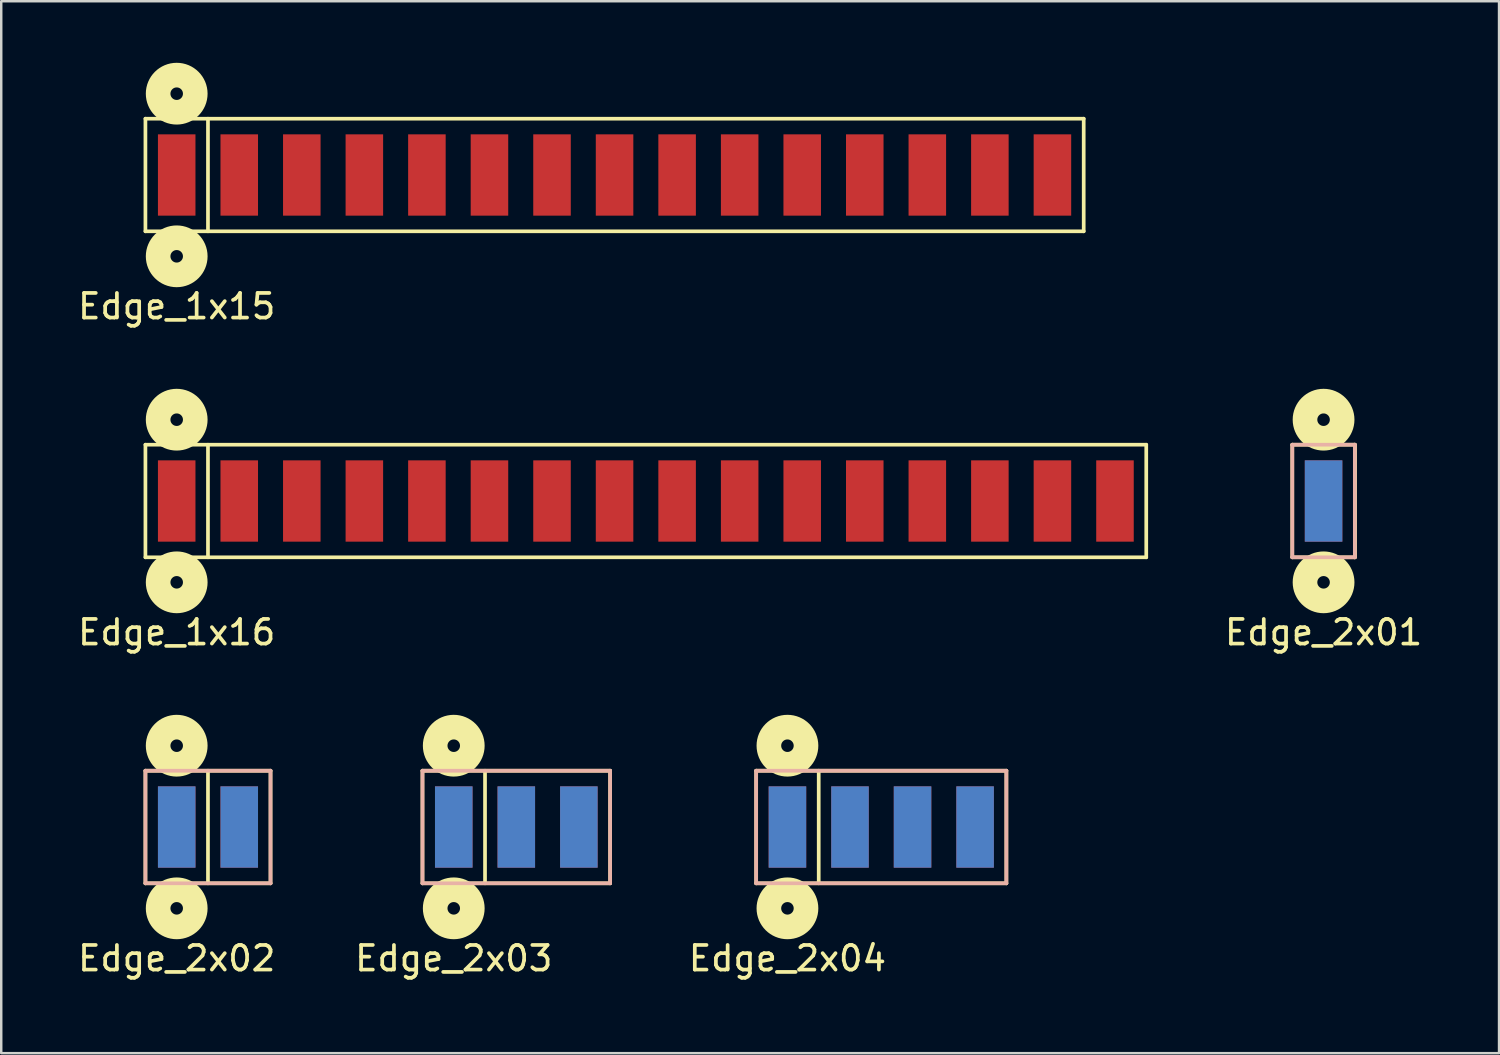
<source format=kicad_pcb>
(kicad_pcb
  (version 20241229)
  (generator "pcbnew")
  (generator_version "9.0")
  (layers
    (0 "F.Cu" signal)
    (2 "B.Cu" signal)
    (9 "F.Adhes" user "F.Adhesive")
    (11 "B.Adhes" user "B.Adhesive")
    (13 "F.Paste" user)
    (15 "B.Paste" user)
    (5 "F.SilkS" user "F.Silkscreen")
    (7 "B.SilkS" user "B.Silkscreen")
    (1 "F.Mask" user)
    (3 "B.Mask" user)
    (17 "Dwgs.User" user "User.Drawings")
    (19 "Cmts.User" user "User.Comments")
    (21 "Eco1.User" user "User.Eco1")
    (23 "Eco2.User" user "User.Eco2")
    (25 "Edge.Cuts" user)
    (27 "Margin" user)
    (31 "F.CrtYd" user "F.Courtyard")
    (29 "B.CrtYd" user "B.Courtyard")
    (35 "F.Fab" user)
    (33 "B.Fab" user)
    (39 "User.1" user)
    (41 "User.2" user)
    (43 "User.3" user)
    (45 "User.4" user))
  (footprint "Edge_2x04"
    (layer "F.Cu")
    (at 28.925 30.532)
    (property "Reference" "Edge_2x04" (at 0 5.334 0) (layer "F.SilkS") (effects (font (size 1 1) (thickness 0.15))))
    (attr through_hole)
    (fp_line (start -1.27 -2.286) (end -1.27 2.286) (stroke (width 0.15) (type solid)) (layer "F.SilkS"))
    (fp_line (start -1.27 2.286) (end 8.89 2.286) (stroke (width 0.15) (type solid)) (layer "F.SilkS"))
    (fp_line (start 1.27 2.286) (end 1.27 -2.286) (stroke (width 0.15) (type solid)) (layer "F.SilkS"))
    (fp_line (start 8.89 -2.286) (end -1.27 -2.286) (stroke (width 0.15) (type solid)) (layer "F.SilkS"))
    (fp_line (start 8.89 2.286) (end 8.89 -2.286) (stroke (width 0.15) (type solid)) (layer "F.SilkS"))
    (fp_circle (center 0 -3.302) (end 0.254 -3.302) (stroke (width 1) (type solid)) (fill no) (layer "F.SilkS"))
    (fp_circle (center 0 3.302) (end 0.254 3.302) (stroke (width 1) (type solid)) (fill no) (layer "F.SilkS"))
    (fp_line (start -1.27 -2.286) (end -1.27 2.286) (stroke (width 0.15) (type solid)) (layer "B.SilkS"))
    (fp_line (start -1.27 2.286) (end 8.89 2.286) (stroke (width 0.15) (type solid)) (layer "B.SilkS"))
    (fp_line (start 8.89 -2.286) (end -1.27 -2.286) (stroke (width 0.15) (type solid)) (layer "B.SilkS"))
    (fp_line (start 8.89 2.286) (end 8.89 -2.286) (stroke (width 0.15) (type solid)) (layer "B.SilkS"))
    (pad "1" smd rect (at 0 0) (size 1.524 3.302) (layers "F.Cu" "F.Mask" "F.Paste"))
    (pad "2" smd rect (at 0 0) (size 1.524 3.302) (layers "B.Cu" "B.Mask" "B.Paste"))
    (pad "3" smd rect (at 2.54 0) (size 1.524 3.302) (layers "F.Cu" "F.Mask" "F.Paste"))
    (pad "4" smd rect (at 2.54 0) (size 1.524 3.302) (layers "B.Cu" "B.Mask" "B.Paste"))
    (pad "5" smd rect (at 5.08 0) (size 1.524 3.302) (layers "F.Cu" "F.Mask" "F.Paste"))
    (pad "6" smd rect (at 5.08 0) (size 1.524 3.302) (layers "B.Cu" "B.Mask" "B.Paste"))
    (pad "7" smd rect (at 7.62 0) (size 1.524 3.302) (layers "F.Cu" "F.Mask" "F.Paste"))
    (pad "8" smd rect (at 7.62 0) (size 1.524 3.302) (layers "B.Cu" "B.Mask" "B.Paste")))
  (footprint "Edge_2x01"
    (layer "F.Cu")
    (at 50.695 17.294)
    (property "Reference" "Edge_2x01" (at 0 5.334 0) (layer "F.SilkS") (effects (font (size 1 1) (thickness 0.15))))
    (attr through_hole)
    (fp_line (start -1.27 -2.286) (end -1.27 2.286) (stroke (width 0.15) (type solid)) (layer "F.SilkS"))
    (fp_line (start -1.27 2.286) (end 1.27 2.286) (stroke (width 0.15) (type solid)) (layer "F.SilkS"))
    (fp_line (start 1.27 -2.286) (end -1.27 -2.286) (stroke (width 0.15) (type solid)) (layer "F.SilkS"))
    (fp_line (start 1.27 2.286) (end 1.27 -2.286) (stroke (width 0.15) (type solid)) (layer "F.SilkS"))
    (fp_line (start 1.27 2.286) (end 1.27 -2.286) (stroke (width 0.15) (type solid)) (layer "F.SilkS"))
    (fp_circle (center 0 -3.302) (end 0.254 -3.302) (stroke (width 1) (type solid)) (fill no) (layer "F.SilkS"))
    (fp_circle (center 0 3.302) (end 0.254 3.302) (stroke (width 1) (type solid)) (fill no) (layer "F.SilkS"))
    (fp_line (start -1.27 -2.286) (end -1.27 2.286) (stroke (width 0.15) (type solid)) (layer "B.SilkS"))
    (fp_line (start -1.27 2.286) (end 1.27 2.286) (stroke (width 0.15) (type solid)) (layer "B.SilkS"))
    (fp_line (start 1.27 -2.286) (end -1.27 -2.286) (stroke (width 0.15) (type solid)) (layer "B.SilkS"))
    (fp_line (start 1.27 2.286) (end 1.27 -2.286) (stroke (width 0.15) (type solid)) (layer "B.SilkS"))
    (pad "1" smd rect (at 0 0) (size 1.524 3.302) (layers "F.Cu" "F.Mask" "F.Paste"))
    (pad "2" smd rect (at 0 0) (size 1.524 3.302) (layers "B.Cu" "B.Mask" "B.Paste")))
  (footprint "Edge_2x02"
    (layer "F.Cu")
    (at 4.125 30.532)
    (property "Reference" "Edge_2x02" (at 0 5.334 0) (layer "F.SilkS") (effects (font (size 1 1) (thickness 0.15))))
    (attr through_hole)
    (fp_line (start -1.27 -2.286) (end -1.27 2.286) (stroke (width 0.15) (type solid)) (layer "F.SilkS"))
    (fp_line (start -1.27 2.286) (end 3.81 2.286) (stroke (width 0.15) (type solid)) (layer "F.SilkS"))
    (fp_line (start 1.27 2.286) (end 1.27 -2.286) (stroke (width 0.15) (type solid)) (layer "F.SilkS"))
    (fp_line (start 3.81 -2.286) (end -1.27 -2.286) (stroke (width 0.15) (type solid)) (layer "F.SilkS"))
    (fp_line (start 3.81 2.286) (end 3.81 -2.286) (stroke (width 0.15) (type solid)) (layer "F.SilkS"))
    (fp_circle (center 0 -3.302) (end 0.254 -3.302) (stroke (width 1) (type solid)) (fill no) (layer "F.SilkS"))
    (fp_circle (center 0 3.302) (end 0.254 3.302) (stroke (width 1) (type solid)) (fill no) (layer "F.SilkS"))
    (fp_line (start -1.27 -2.286) (end -1.27 2.286) (stroke (width 0.15) (type solid)) (layer "B.SilkS"))
    (fp_line (start -1.27 2.286) (end 3.81 2.286) (stroke (width 0.15) (type solid)) (layer "B.SilkS"))
    (fp_line (start 3.81 -2.286) (end -1.27 -2.286) (stroke (width 0.15) (type solid)) (layer "B.SilkS"))
    (fp_line (start 3.81 2.286) (end 3.81 -2.286) (stroke (width 0.15) (type solid)) (layer "B.SilkS"))
    (pad "1" smd rect (at 0 0) (size 1.524 3.302) (layers "F.Cu" "F.Mask" "F.Paste"))
    (pad "2" smd rect (at 0 0) (size 1.524 3.302) (layers "B.Cu" "B.Mask" "B.Paste"))
    (pad "3" smd rect (at 2.54 0) (size 1.524 3.302) (layers "F.Cu" "F.Mask" "F.Paste"))
    (pad "4" smd rect (at 2.54 0) (size 1.524 3.302) (layers "B.Cu" "B.Mask" "B.Paste")))
  (footprint "Edge_2x03"
    (layer "F.Cu")
    (at 15.375 30.532)
    (property "Reference" "Edge_2x03" (at 0 5.334 0) (layer "F.SilkS") (effects (font (size 1 1) (thickness 0.15))))
    (attr through_hole)
    (fp_line (start -1.27 -2.286) (end -1.27 2.286) (stroke (width 0.15) (type solid)) (layer "F.SilkS"))
    (fp_line (start -1.27 2.286) (end 6.35 2.286) (stroke (width 0.15) (type solid)) (layer "F.SilkS"))
    (fp_line (start 1.27 2.286) (end 1.27 -2.286) (stroke (width 0.15) (type solid)) (layer "F.SilkS"))
    (fp_line (start 6.35 -2.286) (end -1.27 -2.286) (stroke (width 0.15) (type solid)) (layer "F.SilkS"))
    (fp_line (start 6.35 2.286) (end 6.35 -2.286) (stroke (width 0.15) (type solid)) (layer "F.SilkS"))
    (fp_circle (center 0 -3.302) (end 0.254 -3.302) (stroke (width 1) (type solid)) (fill no) (layer "F.SilkS"))
    (fp_circle (center 0 3.302) (end 0.254 3.302) (stroke (width 1) (type solid)) (fill no) (layer "F.SilkS"))
    (fp_line (start -1.27 -2.286) (end -1.27 2.286) (stroke (width 0.15) (type solid)) (layer "B.SilkS"))
    (fp_line (start -1.27 2.286) (end 6.35 2.286) (stroke (width 0.15) (type solid)) (layer "B.SilkS"))
    (fp_line (start 6.35 -2.286) (end -1.27 -2.286) (stroke (width 0.15) (type solid)) (layer "B.SilkS"))
    (fp_line (start 6.35 2.286) (end 6.35 -2.286) (stroke (width 0.15) (type solid)) (layer "B.SilkS"))
    (pad "1" smd rect (at 0 0) (size 1.524 3.302) (layers "F.Cu" "F.Mask" "F.Paste"))
    (pad "2" smd rect (at 0 0) (size 1.524 3.302) (layers "B.Cu" "B.Mask" "B.Paste"))
    (pad "3" smd rect (at 2.54 0) (size 1.524 3.302) (layers "F.Cu" "F.Mask" "F.Paste"))
    (pad "4" smd rect (at 2.54 0) (size 1.524 3.302) (layers "B.Cu" "B.Mask" "B.Paste"))
    (pad "5" smd rect (at 5.08 0) (size 1.524 3.302) (layers "F.Cu" "F.Mask" "F.Paste"))
    (pad "6" smd rect (at 5.08 0) (size 1.524 3.302) (layers "B.Cu" "B.Mask" "B.Paste")))
  (footprint "Edge_1x16"
    (layer "F.Cu")
    (at 4.125 17.294)
    (property "Reference" "Edge_1x16" (at 0 5.334 0) (layer "F.SilkS") (effects (font (size 1 1) (thickness 0.15))))
    (attr through_hole)
    (fp_line (start -1.27 -2.286) (end -1.27 2.286) (stroke (width 0.15) (type solid)) (layer "F.SilkS"))
    (fp_line (start -1.27 2.286) (end 39.37 2.286) (stroke (width 0.15) (type solid)) (layer "F.SilkS"))
    (fp_line (start 1.27 2.286) (end 1.27 -2.286) (stroke (width 0.15) (type solid)) (layer "F.SilkS"))
    (fp_line (start 39.37 -2.286) (end -1.27 -2.286) (stroke (width 0.15) (type solid)) (layer "F.SilkS"))
    (fp_line (start 39.37 2.286) (end 39.37 -2.286) (stroke (width 0.15) (type solid)) (layer "F.SilkS"))
    (fp_circle (center 0 -3.302) (end 0.254 -3.302) (stroke (width 1) (type solid)) (fill no) (layer "F.SilkS"))
    (fp_circle (center 0 3.302) (end 0.254 3.302) (stroke (width 1) (type solid)) (fill no) (layer "F.SilkS"))
    (pad "1" smd rect (at 0 0) (size 1.524 3.302) (layers "F.Cu" "F.Mask" "F.Paste"))
    (pad "2" smd rect (at 2.54 0) (size 1.524 3.302) (layers "F.Cu" "F.Mask" "F.Paste"))
    (pad "3" smd rect (at 5.08 0) (size 1.524 3.302) (layers "F.Cu" "F.Mask" "F.Paste"))
    (pad "4" smd rect (at 7.62 0) (size 1.524 3.302) (layers "F.Cu" "F.Mask" "F.Paste"))
    (pad "5" smd rect (at 10.16 0) (size 1.524 3.302) (layers "F.Cu" "F.Mask" "F.Paste"))
    (pad "6" smd rect (at 12.7 0) (size 1.524 3.302) (layers "F.Cu" "F.Mask" "F.Paste"))
    (pad "7" smd rect (at 15.24 0) (size 1.524 3.302) (layers "F.Cu" "F.Mask" "F.Paste"))
    (pad "8" smd rect (at 17.78 0) (size 1.524 3.302) (layers "F.Cu" "F.Mask" "F.Paste"))
    (pad "9" smd rect (at 20.32 0) (size 1.524 3.302) (layers "F.Cu" "F.Mask" "F.Paste"))
    (pad "10" smd rect (at 22.86 0) (size 1.524 3.302) (layers "F.Cu" "F.Mask" "F.Paste"))
    (pad "11" smd rect (at 25.4 0) (size 1.524 3.302) (layers "F.Cu" "F.Mask" "F.Paste"))
    (pad "12" smd rect (at 27.94 0) (size 1.524 3.302) (layers "F.Cu" "F.Mask" "F.Paste"))
    (pad "13" smd rect (at 30.48 0) (size 1.524 3.302) (layers "F.Cu" "F.Mask" "F.Paste"))
    (pad "14" smd rect (at 33.02 0) (size 1.524 3.302) (layers "F.Cu" "F.Mask" "F.Paste"))
    (pad "15" smd rect (at 35.56 0) (size 1.524 3.302) (layers "F.Cu" "F.Mask" "F.Paste"))
    (pad "16" smd rect (at 38.1 0) (size 1.524 3.302) (layers "F.Cu" "F.Mask" "F.Paste")))
  (footprint "Edge_1x15"
    (layer "F.Cu")
    (at 4.125 4.056)
    (property "Reference" "Edge_1x15" (at 0 5.334 0) (layer "F.SilkS") (effects (font (size 1 1) (thickness 0.15))))
    (attr through_hole)
    (fp_line (start -1.27 -2.286) (end -1.27 2.286) (stroke (width 0.15) (type solid)) (layer "F.SilkS"))
    (fp_line (start -1.27 2.286) (end 36.83 2.286) (stroke (width 0.15) (type solid)) (layer "F.SilkS"))
    (fp_line (start 1.27 2.286) (end 1.27 -2.286) (stroke (width 0.15) (type solid)) (layer "F.SilkS"))
    (fp_line (start 36.83 -2.286) (end -1.27 -2.286) (stroke (width 0.15) (type solid)) (layer "F.SilkS"))
    (fp_line (start 36.83 2.286) (end 36.83 -2.286) (stroke (width 0.15) (type solid)) (layer "F.SilkS"))
    (fp_circle (center 0 -3.302) (end 0.254 -3.302) (stroke (width 1) (type solid)) (fill no) (layer "F.SilkS"))
    (fp_circle (center 0 3.302) (end 0.254 3.302) (stroke (width 1) (type solid)) (fill no) (layer "F.SilkS"))
    (pad "1" smd rect (at 0 0) (size 1.524 3.302) (layers "F.Cu" "F.Mask" "F.Paste"))
    (pad "2" smd rect (at 2.54 0) (size 1.524 3.302) (layers "F.Cu" "F.Mask" "F.Paste"))
    (pad "3" smd rect (at 5.08 0) (size 1.524 3.302) (layers "F.Cu" "F.Mask" "F.Paste"))
    (pad "4" smd rect (at 7.62 0) (size 1.524 3.302) (layers "F.Cu" "F.Mask" "F.Paste"))
    (pad "5" smd rect (at 10.16 0) (size 1.524 3.302) (layers "F.Cu" "F.Mask" "F.Paste"))
    (pad "6" smd rect (at 12.7 0) (size 1.524 3.302) (layers "F.Cu" "F.Mask" "F.Paste"))
    (pad "7" smd rect (at 15.24 0) (size 1.524 3.302) (layers "F.Cu" "F.Mask" "F.Paste"))
    (pad "8" smd rect (at 17.78 0) (size 1.524 3.302) (layers "F.Cu" "F.Mask" "F.Paste"))
    (pad "9" smd rect (at 20.32 0) (size 1.524 3.302) (layers "F.Cu" "F.Mask" "F.Paste"))
    (pad "10" smd rect (at 22.86 0) (size 1.524 3.302) (layers "F.Cu" "F.Mask" "F.Paste"))
    (pad "11" smd rect (at 25.4 0) (size 1.524 3.302) (layers "F.Cu" "F.Mask" "F.Paste"))
    (pad "12" smd rect (at 27.94 0) (size 1.524 3.302) (layers "F.Cu" "F.Mask" "F.Paste"))
    (pad "13" smd rect (at 30.48 0) (size 1.524 3.302) (layers "F.Cu" "F.Mask" "F.Paste"))
    (pad "14" smd rect (at 33.02 0) (size 1.524 3.302) (layers "F.Cu" "F.Mask" "F.Paste"))
    (pad "15" smd rect (at 35.56 0) (size 1.524 3.302) (layers "F.Cu" "F.Mask" "F.Paste")))
  (gr_rect
    (start -3 -3)
    (end 57.82 39.715)
    (stroke (width 0.1) (type default))
    (fill no)
    (layer "Edge.Cuts")))
</source>
